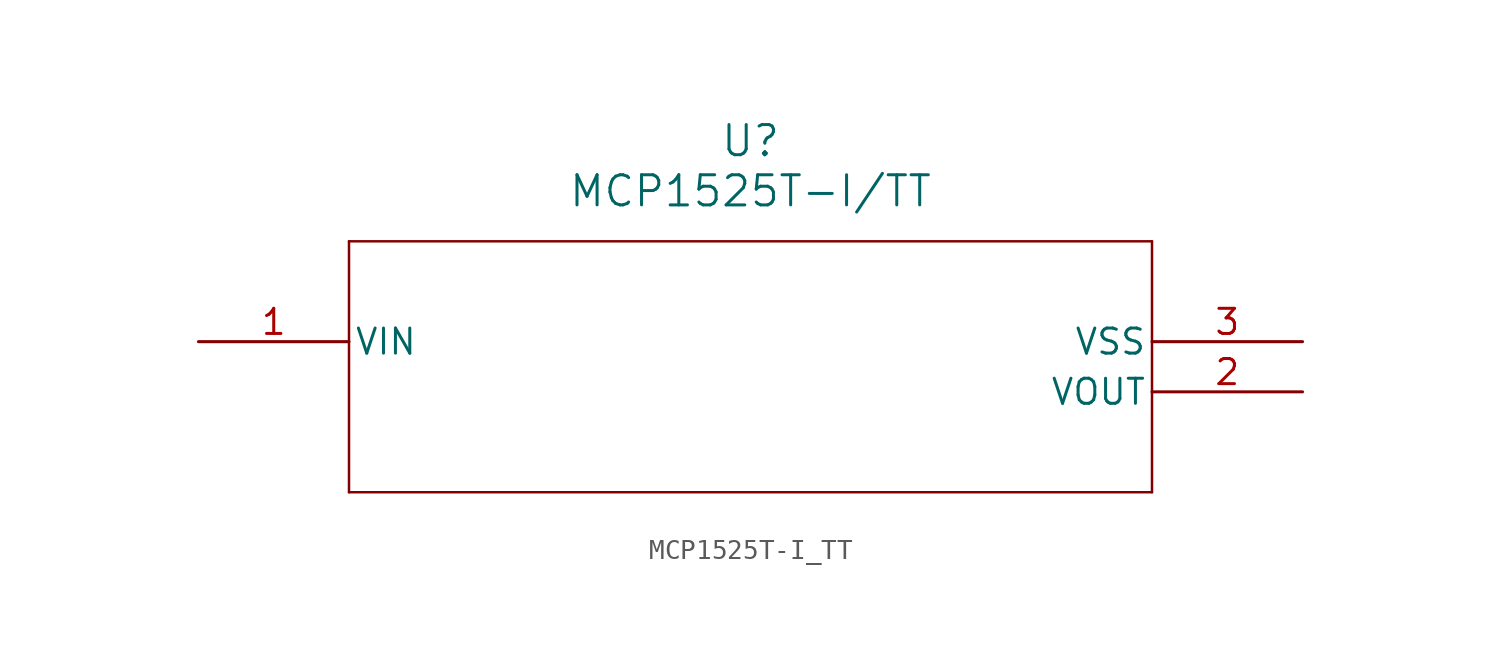
<source format=kicad_sym>
(kicad_symbol_lib
  (version 20211014)
  (generator kicad_symbol_editor)
  (symbol "MCP1525T-I_TT"
    (pin_names
      (offset 0.254))
    (property "Reference" "U"
      (at 27.94 10.16 0)
      (effects (font (size 1.524 1.524))))
    (property "Value" "MCP1525T-I/TT"
      (at 27.94 7.62 0)
      (effects (font (size 1.524 1.524))))
    (symbol "MCP1525T-I_TT_0_1"
      (polyline (pts (xy 7.62 5.08) (xy 7.62 -7.62)) (stroke (width 0.127) (type default) (color 0 0 0 0)) (fill (type none)))
      (polyline (pts (xy 7.62 -7.62) (xy 48.26 -7.62)) (stroke (width 0.127) (type default) (color 0 0 0 0)) (fill (type none)))
      (polyline (pts (xy 48.26 -7.62) (xy 48.26 5.08)) (stroke (width 0.127) (type default) (color 0 0 0 0)) (fill (type none)))
      (polyline (pts (xy 48.26 5.08) (xy 7.62 5.08)) (stroke (width 0.127) (type default) (color 0 0 0 0)) (fill (type none)))
      (pin unspecified line (at 0 0 0) (length 7.62) (name "VIN" (effects (font (size 1.27 1.27)))) (number "1" (effects (font (size 1.27 1.27)))))
      (pin unspecified line (at 55.88 -2.54 180) (length 7.62) (name "VOUT" (effects (font (size 1.27 1.27)))) (number "2" (effects (font (size 1.27 1.27)))))
      (pin unspecified line (at 55.88 0 180) (length 7.62) (name "VSS" (effects (font (size 1.27 1.27)))) (number "3" (effects (font (size 1.27 1.27))))))))
</source>
